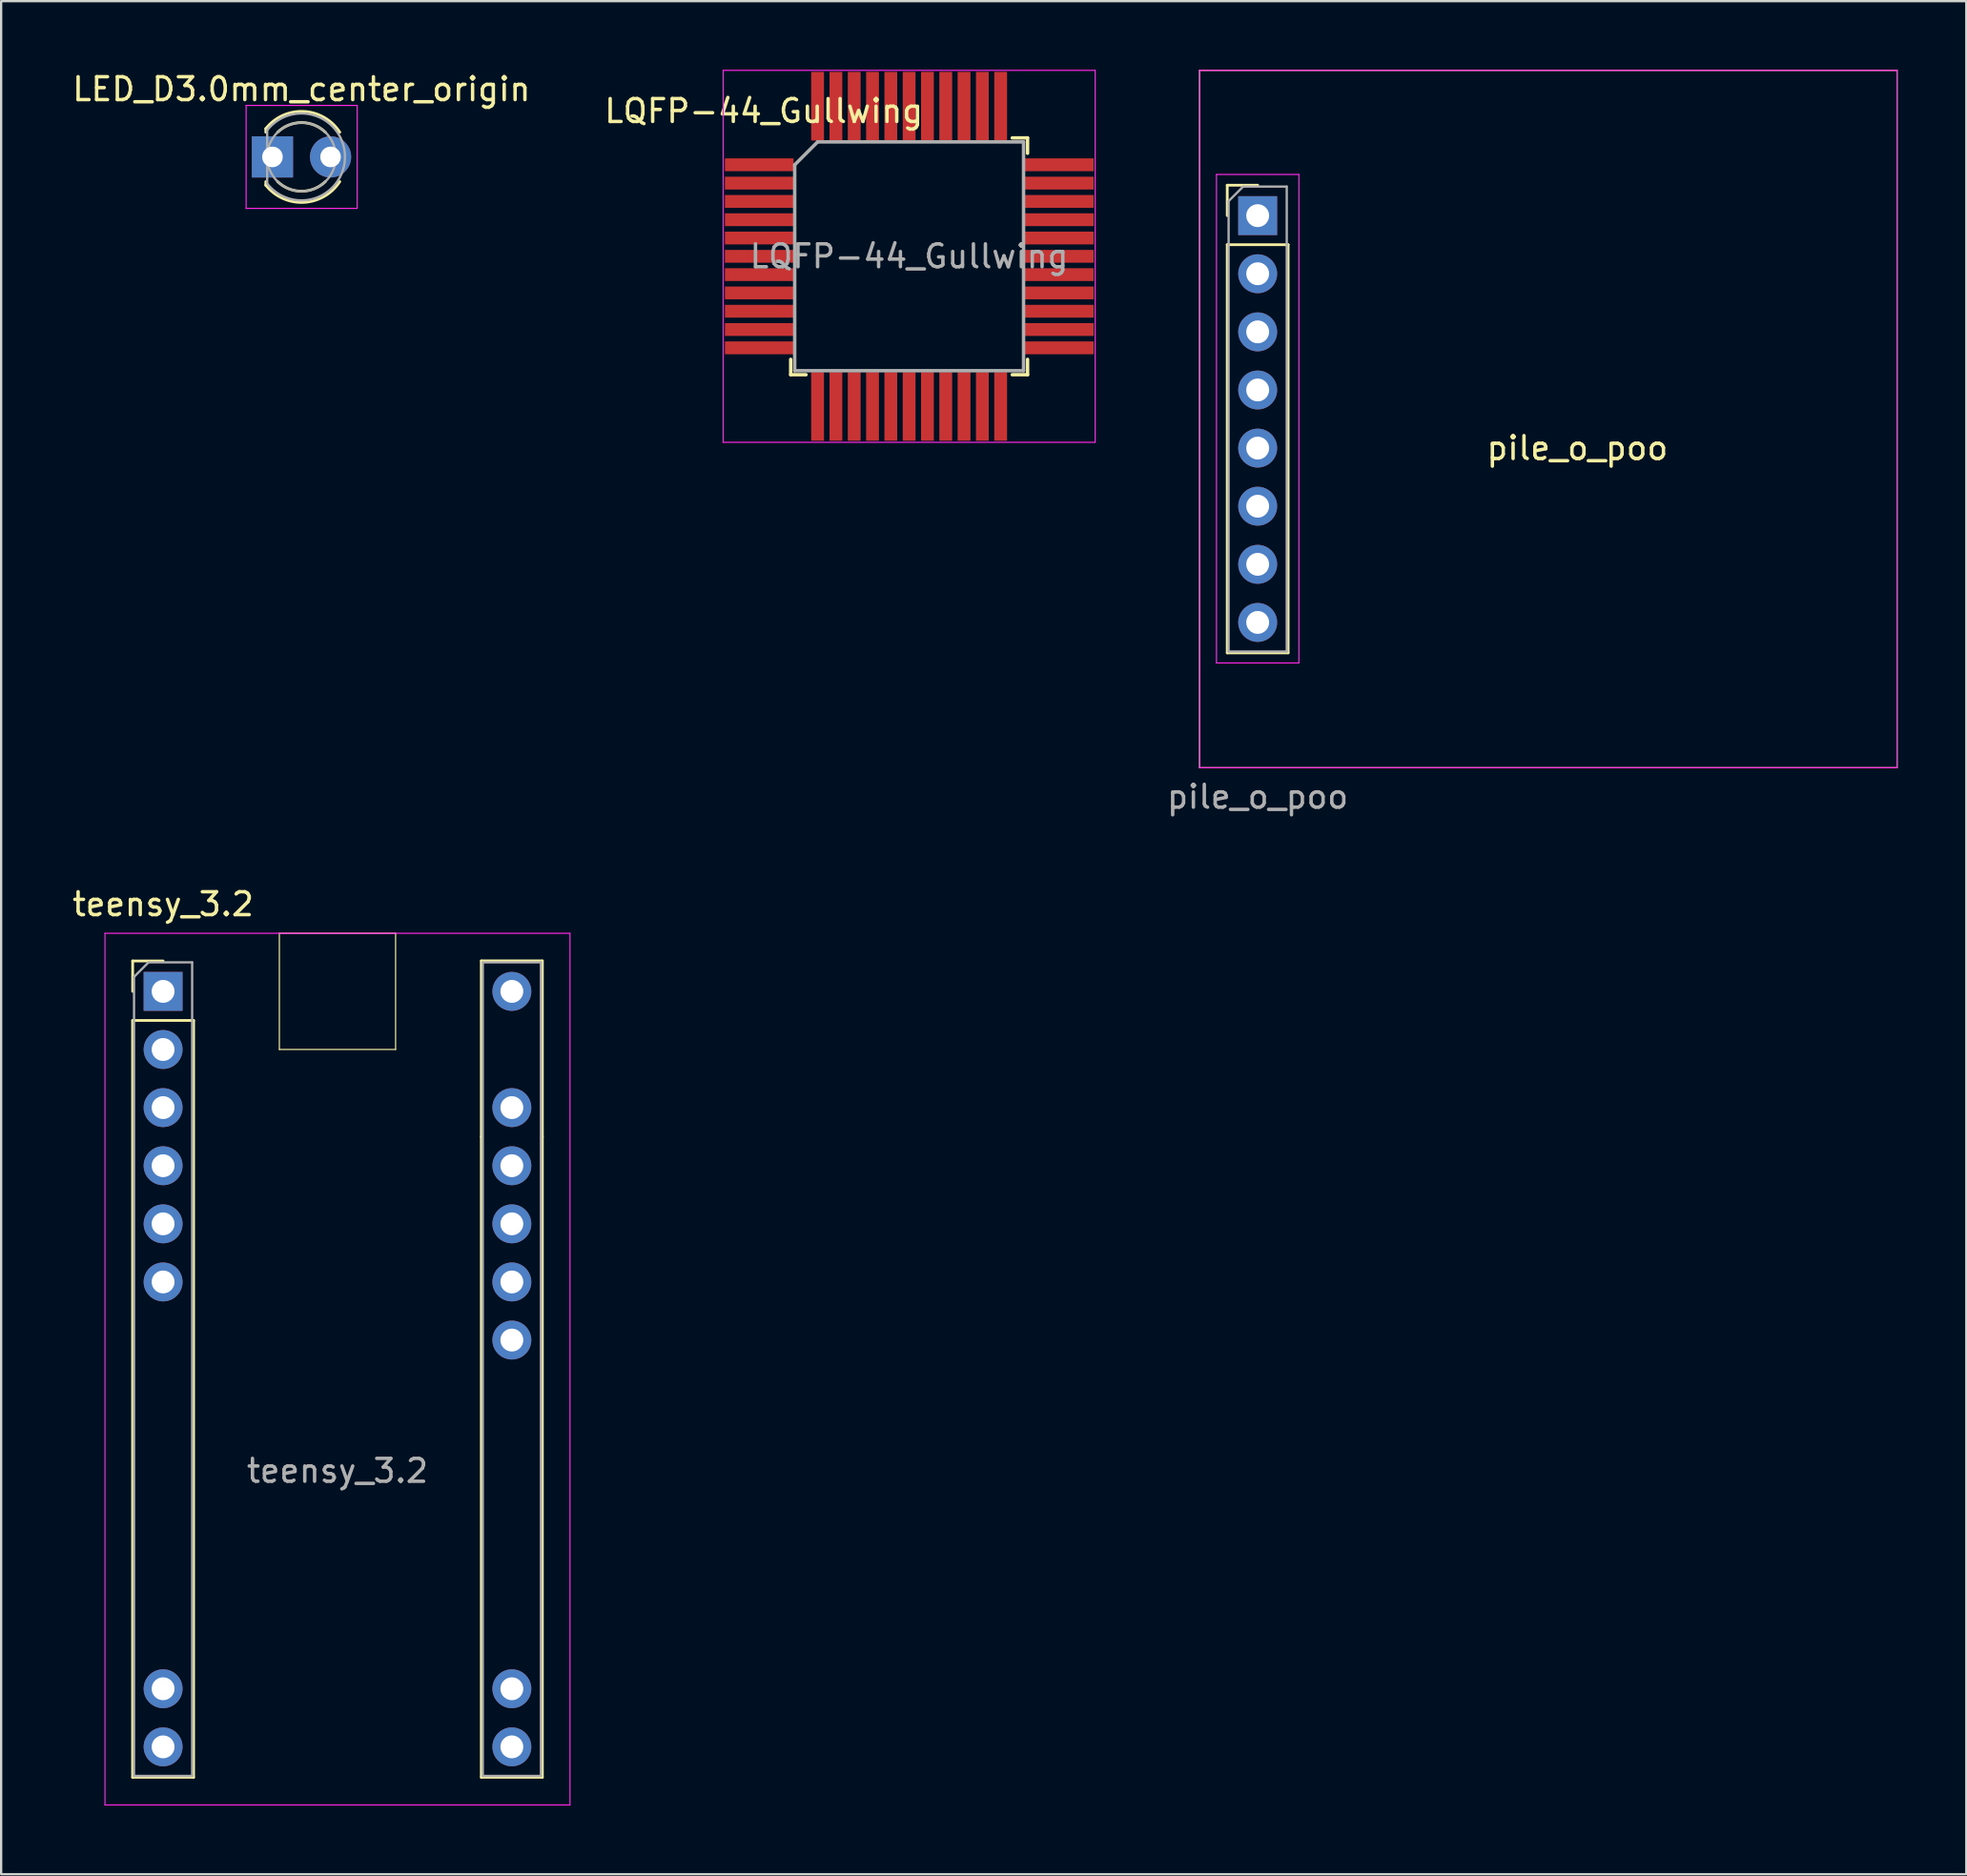
<source format=kicad_pcb>
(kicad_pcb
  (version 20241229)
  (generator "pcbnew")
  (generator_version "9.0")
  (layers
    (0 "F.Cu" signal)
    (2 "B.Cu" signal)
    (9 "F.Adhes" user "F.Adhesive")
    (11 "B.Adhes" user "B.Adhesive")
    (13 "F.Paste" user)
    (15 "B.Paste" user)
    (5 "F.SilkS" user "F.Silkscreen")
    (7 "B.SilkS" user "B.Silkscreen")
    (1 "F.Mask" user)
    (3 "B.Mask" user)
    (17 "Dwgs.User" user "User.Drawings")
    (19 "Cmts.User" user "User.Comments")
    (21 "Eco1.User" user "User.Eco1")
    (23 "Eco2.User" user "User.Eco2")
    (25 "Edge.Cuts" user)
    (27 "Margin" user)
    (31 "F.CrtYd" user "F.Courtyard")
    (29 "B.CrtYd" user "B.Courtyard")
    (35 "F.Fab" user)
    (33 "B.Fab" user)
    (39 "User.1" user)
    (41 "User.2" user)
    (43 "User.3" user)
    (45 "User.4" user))
  (footprint "LQFP-44_Gullwing"
    (layer "F.Cu")
    (at 36.677 8.153)
    (property "Reference" "LQFP-44_Gullwing" (at -6.35 -6.35 0) (layer "F.SilkS") (effects (font (size 1 1) (thickness 0.15))))
    (attr smd)
    (fp_line (start -5.175 5.175) (end -5.175 4.505) (stroke (width 0.15) (type solid)) (layer "F.SilkS"))
    (fp_line (start -5.175 5.175) (end -4.505 5.175) (stroke (width 0.15) (type solid)) (layer "F.SilkS"))
    (fp_line (start 5.175 -5.175) (end 4.505 -5.175) (stroke (width 0.15) (type solid)) (layer "F.SilkS"))
    (fp_line (start 5.175 -5.175) (end 5.175 -4.505) (stroke (width 0.15) (type solid)) (layer "F.SilkS"))
    (fp_line (start 5.175 5.175) (end 4.505 5.175) (stroke (width 0.15) (type solid)) (layer "F.SilkS"))
    (fp_line (start 5.175 5.175) (end 5.175 4.505) (stroke (width 0.15) (type solid)) (layer "F.SilkS"))
    (fp_line (start -8.128 -8.128) (end 8.128 -8.128) (stroke (width 0.05) (type solid)) (layer "F.CrtYd"))
    (fp_line (start -8.128 8.128) (end -8.128 -8.128) (stroke (width 0.05) (type solid)) (layer "F.CrtYd"))
    (fp_line (start 8.128 -8.128) (end 8.128 8.128) (stroke (width 0.05) (type solid)) (layer "F.CrtYd"))
    (fp_line (start 8.128 8.128) (end -8.128 8.128) (stroke (width 0.05) (type solid)) (layer "F.CrtYd"))
    (fp_line (start -5 -4) (end -4 -5) (stroke (width 0.15) (type solid)) (layer "F.Fab"))
    (fp_line (start -5 5) (end -5 -4) (stroke (width 0.15) (type solid)) (layer "F.Fab"))
    (fp_line (start -4 -5) (end 5 -5) (stroke (width 0.15) (type solid)) (layer "F.Fab"))
    (fp_line (start 5 -5) (end 5 5) (stroke (width 0.15) (type solid)) (layer "F.Fab"))
    (fp_line (start 5 5) (end -5 5) (stroke (width 0.15) (type solid)) (layer "F.Fab"))
    (fp_text user "${REFERENCE}" (at 0 0 0) (layer "F.Fab") (effects (font (size 1 1) (thickness 0.15))))
    (pad "1" smd rect (at -6.548 -4) (size 3 0.56) (layers "F.Cu" "F.Mask" "F.Paste"))
    (pad "2" smd rect (at -6.548 -3.2) (size 3 0.56) (layers "F.Cu" "F.Mask" "F.Paste"))
    (pad "3" smd rect (at -6.548 -2.4) (size 3 0.56) (layers "F.Cu" "F.Mask" "F.Paste"))
    (pad "4" smd rect (at -6.548 -1.6) (size 3 0.56) (layers "F.Cu" "F.Mask" "F.Paste"))
    (pad "5" smd rect (at -6.548 -0.8) (size 3 0.56) (layers "F.Cu" "F.Mask" "F.Paste"))
    (pad "6" smd rect (at -6.548 0) (size 3 0.56) (layers "F.Cu" "F.Mask" "F.Paste"))
    (pad "7" smd rect (at -6.548 0.8) (size 3 0.56) (layers "F.Cu" "F.Mask" "F.Paste"))
    (pad "8" smd rect (at -6.548 1.6) (size 3 0.56) (layers "F.Cu" "F.Mask" "F.Paste"))
    (pad "9" smd rect (at -6.548 2.4) (size 3 0.56) (layers "F.Cu" "F.Mask" "F.Paste"))
    (pad "10" smd rect (at -6.548 3.2) (size 3 0.56) (layers "F.Cu" "F.Mask" "F.Paste"))
    (pad "11" smd rect (at -6.548 4) (size 3 0.56) (layers "F.Cu" "F.Mask" "F.Paste"))
    (pad "12" smd rect (at -4 6.561 90) (size 3 0.56) (layers "F.Cu" "F.Mask" "F.Paste"))
    (pad "13" smd rect (at -3.2 6.561 90) (size 3 0.56) (layers "F.Cu" "F.Mask" "F.Paste"))
    (pad "14" smd rect (at -2.4 6.561 90) (size 3 0.56) (layers "F.Cu" "F.Mask" "F.Paste"))
    (pad "15" smd rect (at -1.6 6.561 90) (size 3 0.56) (layers "F.Cu" "F.Mask" "F.Paste"))
    (pad "16" smd rect (at -0.8 6.561 90) (size 3 0.56) (layers "F.Cu" "F.Mask" "F.Paste"))
    (pad "17" smd rect (at 0 6.561 90) (size 3 0.56) (layers "F.Cu" "F.Mask" "F.Paste"))
    (pad "18" smd rect (at 0.8 6.561 90) (size 3 0.56) (layers "F.Cu" "F.Mask" "F.Paste"))
    (pad "19" smd rect (at 1.6 6.561 90) (size 3 0.56) (layers "F.Cu" "F.Mask" "F.Paste"))
    (pad "20" smd rect (at 2.4 6.561 90) (size 3 0.56) (layers "F.Cu" "F.Mask" "F.Paste"))
    (pad "21" smd rect (at 3.2 6.561 90) (size 3 0.56) (layers "F.Cu" "F.Mask" "F.Paste"))
    (pad "22" smd rect (at 4 6.561 90) (size 3 0.56) (layers "F.Cu" "F.Mask" "F.Paste"))
    (pad "23" smd rect (at 6.561 4) (size 3 0.56) (layers "F.Cu" "F.Mask" "F.Paste"))
    (pad "24" smd rect (at 6.561 3.2) (size 3 0.56) (layers "F.Cu" "F.Mask" "F.Paste"))
    (pad "25" smd rect (at 6.561 2.4) (size 3 0.56) (layers "F.Cu" "F.Mask" "F.Paste"))
    (pad "26" smd rect (at 6.561 1.6) (size 3 0.56) (layers "F.Cu" "F.Mask" "F.Paste"))
    (pad "27" smd rect (at 6.561 0.8) (size 3 0.56) (layers "F.Cu" "F.Mask" "F.Paste"))
    (pad "28" smd rect (at 6.561 0) (size 3 0.56) (layers "F.Cu" "F.Mask" "F.Paste"))
    (pad "29" smd rect (at 6.561 -0.8) (size 3 0.56) (layers "F.Cu" "F.Mask" "F.Paste"))
    (pad "30" smd rect (at 6.561 -1.6) (size 3 0.56) (layers "F.Cu" "F.Mask" "F.Paste"))
    (pad "31" smd rect (at 6.561 -2.4) (size 3 0.56) (layers "F.Cu" "F.Mask" "F.Paste"))
    (pad "32" smd rect (at 6.561 -3.2) (size 3 0.56) (layers "F.Cu" "F.Mask" "F.Paste"))
    (pad "33" smd rect (at 6.561 -4) (size 3 0.56) (layers "F.Cu" "F.Mask" "F.Paste"))
    (pad "34" smd rect (at 4 -6.561 90) (size 3 0.56) (layers "F.Cu" "F.Mask" "F.Paste"))
    (pad "35" smd rect (at 3.2 -6.561 90) (size 3 0.56) (layers "F.Cu" "F.Mask" "F.Paste"))
    (pad "36" smd rect (at 2.4 -6.561 90) (size 3 0.56) (layers "F.Cu" "F.Mask" "F.Paste"))
    (pad "37" smd rect (at 1.6 -6.561 90) (size 3 0.56) (layers "F.Cu" "F.Mask" "F.Paste"))
    (pad "38" smd rect (at 0.8 -6.561 90) (size 3 0.56) (layers "F.Cu" "F.Mask" "F.Paste"))
    (pad "39" smd rect (at 0 -6.561 90) (size 3 0.56) (layers "F.Cu" "F.Mask" "F.Paste"))
    (pad "40" smd rect (at -0.8 -6.561 90) (size 3 0.56) (layers "F.Cu" "F.Mask" "F.Paste"))
    (pad "41" smd rect (at -1.6 -6.561 90) (size 3 0.56) (layers "F.Cu" "F.Mask" "F.Paste"))
    (pad "42" smd rect (at -2.4 -6.561 90) (size 3 0.56) (layers "F.Cu" "F.Mask" "F.Paste"))
    (pad "43" smd rect (at -3.2 -6.561 90) (size 3 0.56) (layers "F.Cu" "F.Mask" "F.Paste"))
    (pad "44" smd rect (at -4 -6.561 90) (size 3 0.56) (layers "F.Cu" "F.Mask" "F.Paste")))
  (footprint "pile_o_poo"
    (layer "F.Cu")
    (at 51.908 6.375)
    (property "Reference" "pile_o_poo" (at 13.97 10.16 0) (layer "F.SilkS") (effects (font (size 1 1) (thickness 0.15))))
    (attr through_hole)
    (fp_line (start -2.54 -6.35) (end -2.54 24.13) (stroke (width 0.05) (type solid)) (layer "F.SilkS"))
    (fp_line (start -2.54 -6.35) (end 27.94 -6.35) (stroke (width 0.05) (type solid)) (layer "F.SilkS"))
    (fp_line (start -1.33 -1.33) (end 0 -1.33) (stroke (width 0.12) (type solid)) (layer "F.SilkS"))
    (fp_line (start -1.33 0) (end -1.33 -1.33) (stroke (width 0.12) (type solid)) (layer "F.SilkS"))
    (fp_line (start -1.33 1.27) (end -1.33 19.11) (stroke (width 0.12) (type solid)) (layer "F.SilkS"))
    (fp_line (start -1.33 1.27) (end 1.33 1.27) (stroke (width 0.12) (type solid)) (layer "F.SilkS"))
    (fp_line (start -1.33 19.11) (end 1.33 19.11) (stroke (width 0.12) (type solid)) (layer "F.SilkS"))
    (fp_line (start 1.33 1.27) (end 1.33 19.11) (stroke (width 0.12) (type solid)) (layer "F.SilkS"))
    (fp_line (start 27.94 24.13) (end -2.54 24.13) (stroke (width 0.05) (type solid)) (layer "F.SilkS"))
    (fp_line (start 27.94 24.13) (end 27.94 -6.35) (stroke (width 0.05) (type solid)) (layer "F.SilkS"))
    (fp_line (start -2.54 -6.35) (end -2.54 24.13) (stroke (width 0.05) (type solid)) (layer "F.CrtYd"))
    (fp_line (start -2.54 -6.35) (end 27.94 -6.35) (stroke (width 0.05) (type solid)) (layer "F.CrtYd"))
    (fp_line (start -2.54 24.13) (end 27.94 24.13) (stroke (width 0.05) (type solid)) (layer "F.CrtYd"))
    (fp_line (start -1.8 -1.8) (end -1.8 19.55) (stroke (width 0.05) (type solid)) (layer "F.CrtYd"))
    (fp_line (start -1.8 19.55) (end 1.8 19.55) (stroke (width 0.05) (type solid)) (layer "F.CrtYd"))
    (fp_line (start 1.8 -1.8) (end -1.8 -1.8) (stroke (width 0.05) (type solid)) (layer "F.CrtYd"))
    (fp_line (start 1.8 19.55) (end 1.8 -1.8) (stroke (width 0.05) (type solid)) (layer "F.CrtYd"))
    (fp_line (start 27.94 -6.35) (end 27.94 24.13) (stroke (width 0.05) (type solid)) (layer "F.CrtYd"))
    (fp_line (start -1.27 -0.635) (end -0.635 -1.27) (stroke (width 0.1) (type solid)) (layer "F.Fab"))
    (fp_line (start -1.27 19.05) (end -1.27 -0.635) (stroke (width 0.1) (type solid)) (layer "F.Fab"))
    (fp_line (start -0.635 -1.27) (end 1.27 -1.27) (stroke (width 0.1) (type solid)) (layer "F.Fab"))
    (fp_line (start 1.27 -1.27) (end 1.27 19.05) (stroke (width 0.1) (type solid)) (layer "F.Fab"))
    (fp_line (start 1.27 19.05) (end -1.27 19.05) (stroke (width 0.1) (type solid)) (layer "F.Fab"))
    (fp_text user "${REFERENCE}" (at 0 25.4 180) (layer "F.Fab") (effects (font (size 1 1) (thickness 0.15))))
    (pad "1" thru_hole rect (at 0 0) (size 1.7 1.7) (drill 1) (layers "*.Cu" "*.Mask"))
    (pad "2" thru_hole oval (at 0 2.54) (size 1.7 1.7) (drill 1) (layers "*.Cu" "*.Mask"))
    (pad "3" thru_hole oval (at 0 5.08) (size 1.7 1.7) (drill 1) (layers "*.Cu" "*.Mask"))
    (pad "4" thru_hole oval (at 0 7.62) (size 1.7 1.7) (drill 1) (layers "*.Cu" "*.Mask"))
    (pad "5" thru_hole oval (at 0 10.16) (size 1.7 1.7) (drill 1) (layers "*.Cu" "*.Mask"))
    (pad "6" thru_hole oval (at 0 12.7) (size 1.7 1.7) (drill 1) (layers "*.Cu" "*.Mask"))
    (pad "7" thru_hole oval (at 0 15.24) (size 1.7 1.7) (drill 1) (layers "*.Cu" "*.Mask"))
    (pad "8" thru_hole oval (at 0 17.78) (size 1.7 1.7) (drill 1) (layers "*.Cu" "*.Mask")))
  (footprint "LED_D3.0mm_center_origin"
    (layer "F.Cu")
    (at 10.125 3.808)
    (property "Reference" "LED_D3.0mm_center_origin" (at 0 -2.96 0) (layer "F.SilkS") (effects (font (size 1 1) (thickness 0.15))))
    (attr through_hole)
    (fp_line (start -1.56 -1.236) (end -1.56 -1.08) (stroke (width 0.12) (type solid)) (layer "F.SilkS"))
    (fp_line (start -1.56 1.08) (end -1.56 1.236) (stroke (width 0.12) (type solid)) (layer "F.SilkS"))
    (fp_arc (start -1.56 -1.235516) (mid 0.096487 -1.987659) (end 1.672335 -1.078608) (stroke (width 0.12) (type solid)) (layer "F.SilkS"))
    (fp_arc (start -1.040961 -1.08) (mid 0.000117 -1.5) (end 1.04113 -1.079837) (stroke (width 0.12) (type solid)) (layer "F.SilkS"))
    (fp_arc (start 1.04113 1.079837) (mid 0.000117 1.5) (end -1.040961 1.08) (stroke (width 0.12) (type solid)) (layer "F.SilkS"))
    (fp_arc (start 1.672335 1.078608) (mid 0.096487 1.987659) (end -1.56 1.235516) (stroke (width 0.12) (type solid)) (layer "F.SilkS"))
    (fp_line (start -2.42 -2.25) (end -2.42 2.25) (stroke (width 0.05) (type solid)) (layer "F.CrtYd"))
    (fp_line (start -2.42 2.25) (end 2.43 2.25) (stroke (width 0.05) (type solid)) (layer "F.CrtYd"))
    (fp_line (start 2.43 -2.25) (end -2.42 -2.25) (stroke (width 0.05) (type solid)) (layer "F.CrtYd"))
    (fp_line (start 2.43 2.25) (end 2.43 -2.25) (stroke (width 0.05) (type solid)) (layer "F.CrtYd"))
    (fp_line (start -1.5 -1.166) (end -1.5 1.166) (stroke (width 0.1) (type solid)) (layer "F.Fab"))
    (fp_arc (start -1.5 -1.16619) (mid 1.9 0.000452) (end -1.500555 1.165476) (stroke (width 0.1) (type solid)) (layer "F.Fab"))
    (fp_circle (center 0 0) (end 1.5 0) (stroke (width 0.1) (type solid)) (fill no) (layer "F.Fab"))
    (pad "1" thru_hole rect (at -1.27 0) (size 1.8 1.8) (drill 0.9) (layers "*.Cu" "*.Mask"))
    (pad "2" thru_hole circle (at 1.27 0) (size 1.8 1.8) (drill 0.9) (layers "*.Cu" "*.Mask")))
  (footprint "teensy_3.2"
    (layer "F.Cu")
    (at 4.077 45.361)
    (property "Reference" "teensy_3.2" (at 0 -8.89 0) (layer "F.SilkS") (effects (font (size 1 1) (thickness 0.15))))
    (attr through_hole)
    (fp_line (start -1.333 29.273) (end -1.333 -3.81) (stroke (width 0.12) (type solid)) (layer "F.SilkS"))
    (fp_line (start -1.33 -6.41) (end 0 -6.41) (stroke (width 0.12) (type solid)) (layer "F.SilkS"))
    (fp_line (start -1.33 -5.08) (end -1.33 -6.41) (stroke (width 0.12) (type solid)) (layer "F.SilkS"))
    (fp_line (start -1.33 -3.81) (end 1.33 -3.81) (stroke (width 0.12) (type solid)) (layer "F.SilkS"))
    (fp_line (start -1.33 29.27) (end 1.33 29.27) (stroke (width 0.12) (type solid)) (layer "F.SilkS"))
    (fp_line (start 1.333 -3.81) (end 1.333 29.273) (stroke (width 0.12) (type solid)) (layer "F.SilkS"))
    (fp_line (start 5.08 -7.62) (end 5.08 -2.54) (stroke (width 0.05) (type solid)) (layer "F.SilkS"))
    (fp_line (start 5.08 -2.54) (end 10.16 -2.54) (stroke (width 0.05) (type solid)) (layer "F.SilkS"))
    (fp_line (start 10.16 -7.62) (end 5.08 -7.62) (stroke (width 0.05) (type solid)) (layer "F.SilkS"))
    (fp_line (start 10.16 -2.54) (end 10.16 -7.62) (stroke (width 0.05) (type solid)) (layer "F.SilkS"))
    (fp_line (start 13.906 1.27) (end 13.906 -6.413) (stroke (width 0.12) (type solid)) (layer "F.SilkS"))
    (fp_line (start 13.906 29.273) (end 13.906 1.27) (stroke (width 0.12) (type solid)) (layer "F.SilkS"))
    (fp_line (start 13.91 -6.413) (end 16.57 -6.413) (stroke (width 0.12) (type solid)) (layer "F.SilkS"))
    (fp_line (start 13.91 29.27) (end 16.57 29.27) (stroke (width 0.12) (type solid)) (layer "F.SilkS"))
    (fp_line (start 16.573 -6.413) (end 16.573 1.27) (stroke (width 0.12) (type solid)) (layer "F.SilkS"))
    (fp_line (start 16.573 1.27) (end 16.573 29.273) (stroke (width 0.12) (type solid)) (layer "F.SilkS"))
    (fp_line (start -2.54 -7.62) (end -2.54 30.48) (stroke (width 0.05) (type solid)) (layer "F.CrtYd"))
    (fp_line (start -2.54 -7.62) (end 17.78 -7.62) (stroke (width 0.05) (type solid)) (layer "F.CrtYd"))
    (fp_line (start -2.54 30.48) (end 17.78 30.48) (stroke (width 0.05) (type solid)) (layer "F.CrtYd"))
    (fp_line (start 17.78 30.48) (end 17.78 -7.62) (stroke (width 0.05) (type solid)) (layer "F.CrtYd"))
    (fp_line (start -1.27 -5.715) (end -0.635 -6.35) (stroke (width 0.1) (type solid)) (layer "F.Fab"))
    (fp_line (start -1.27 29.21) (end -1.27 -5.715) (stroke (width 0.1) (type solid)) (layer "F.Fab"))
    (fp_line (start -0.635 -6.35) (end 1.27 -6.35) (stroke (width 0.1) (type solid)) (layer "F.Fab"))
    (fp_line (start 1.27 -6.35) (end 1.27 29.21) (stroke (width 0.1) (type solid)) (layer "F.Fab"))
    (fp_line (start 1.27 29.21) (end -1.27 29.21) (stroke (width 0.1) (type solid)) (layer "F.Fab"))
    (fp_line (start 13.97 -6.35) (end 16.51 -6.35) (stroke (width 0.1) (type solid)) (layer "F.Fab"))
    (fp_line (start 13.97 29.21) (end 13.97 -6.35) (stroke (width 0.1) (type solid)) (layer "F.Fab"))
    (fp_line (start 16.51 -6.35) (end 16.51 29.21) (stroke (width 0.1) (type solid)) (layer "F.Fab"))
    (fp_line (start 16.51 29.21) (end 13.97 29.21) (stroke (width 0.1) (type solid)) (layer "F.Fab"))
    (fp_text user "${REFERENCE}" (at 7.62 15.875 180) (layer "F.Fab") (effects (font (size 1 1) (thickness 0.15))))
    (pad "0" thru_hole oval (at 0 -2.54) (size 1.7 1.7) (drill 1) (layers "*.Cu" "*.Mask"))
    (pad "1" thru_hole oval (at 0 0) (size 1.7 1.7) (drill 1) (layers "*.Cu" "*.Mask"))
    (pad "2" thru_hole oval (at 0 2.54) (size 1.7 1.7) (drill 1) (layers "*.Cu" "*.Mask"))
    (pad "3" thru_hole oval (at 0 5.08) (size 1.7 1.7) (drill 1) (layers "*.Cu" "*.Mask"))
    (pad "4" thru_hole oval (at 0 7.62) (size 1.7 1.7) (drill 1) (layers "*.Cu" "*.Mask"))
    (pad "11" thru_hole oval (at 0 25.4) (size 1.7 1.7) (drill 1) (layers "*.Cu" "*.Mask"))
    (pad "12" thru_hole oval (at 0 27.94) (size 1.7 1.7) (drill 1) (layers "*.Cu" "*.Mask"))
    (pad "13" thru_hole oval (at 15.24 27.94) (size 1.7 1.7) (drill 1) (layers "*.Cu" "*.Mask"))
    (pad "14" thru_hole oval (at 15.24 25.4) (size 1.7 1.7) (drill 1) (layers "*.Cu" "*.Mask"))
    (pad "20" thru_hole oval (at 15.24 10.16) (size 1.7 1.7) (drill 1) (layers "*.Cu" "*.Mask"))
    (pad "21" thru_hole oval (at 15.24 7.62) (size 1.7 1.7) (drill 1) (layers "*.Cu" "*.Mask"))
    (pad "22" thru_hole oval (at 15.24 5.08) (size 1.7 1.7) (drill 1) (layers "*.Cu" "*.Mask"))
    (pad "23" thru_hole oval (at 15.24 2.54) (size 1.7 1.7) (drill 1) (layers "*.Cu" "*.Mask"))
    (pad "24" thru_hole oval (at 15.24 0) (size 1.7 1.7) (drill 1) (layers "*.Cu" "*.Mask"))
    (pad "26" thru_hole oval (at 15.24 -5.08) (size 1.7 1.7) (drill 1) (layers "*.Cu" "*.Mask"))
    (pad "27" thru_hole rect (at 0 -5.08) (size 1.7 1.7) (drill 1) (layers "*.Cu" "*.Mask")))
  (gr_rect
    (start -3 -3)
    (end 82.873 78.867)
    (stroke (width 0.1) (type default))
    (fill no)
    (layer "Edge.Cuts")))
</source>
